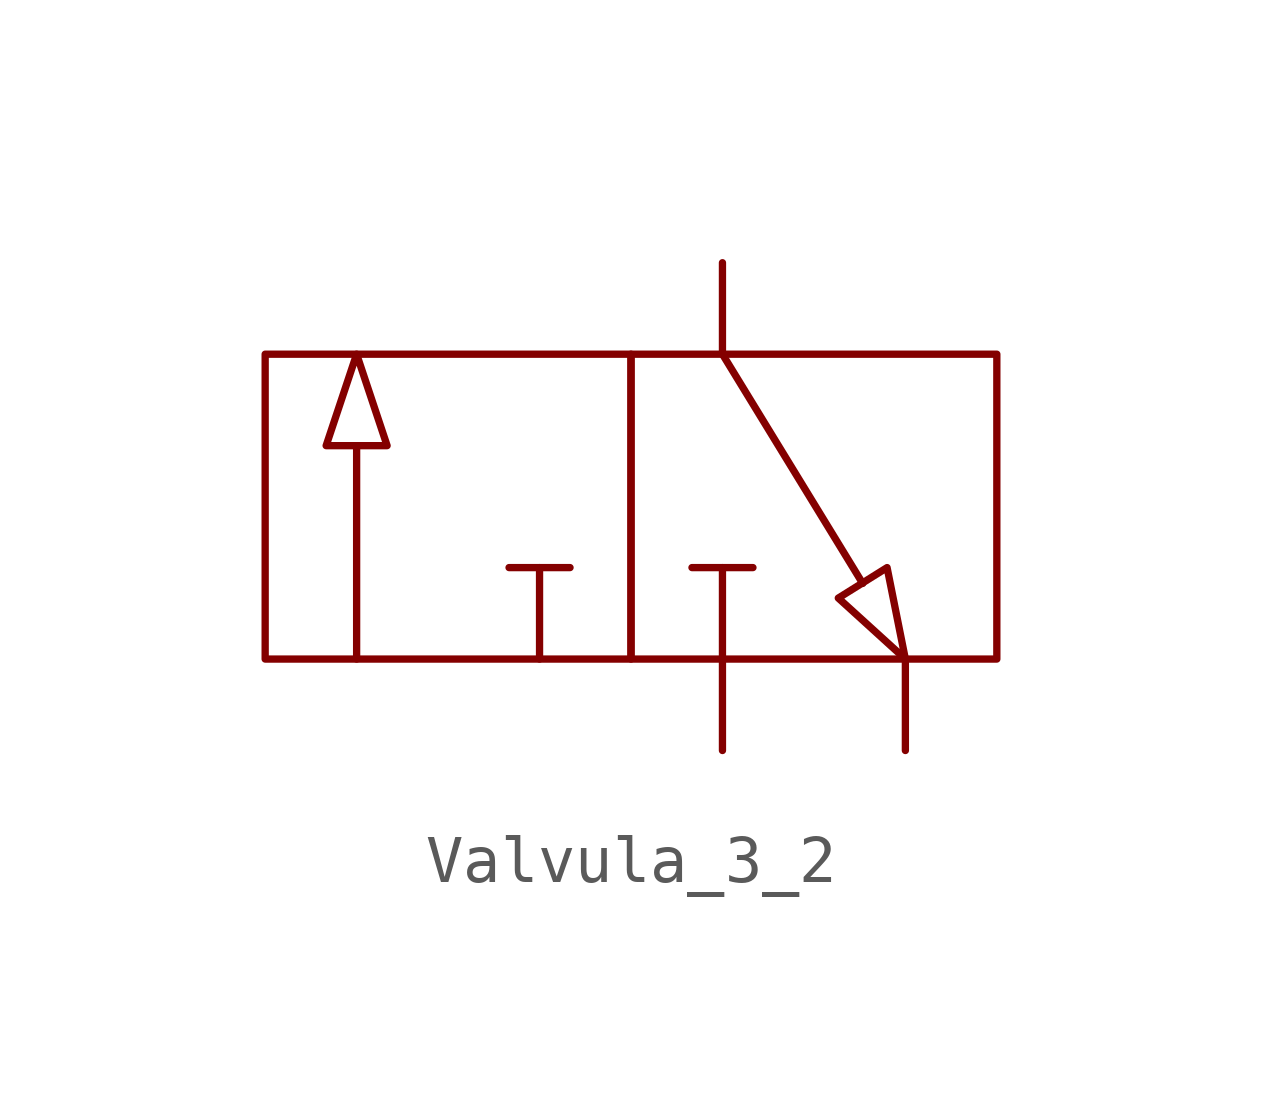
<source format=kicad_sym>
(kicad_symbol_lib
  (version 20211014)
  (generator kicad_symbol_editor)
  (symbol "Valvula_3_2"
    (pin_names
      (offset 1.016))
    (property "Reference" "V"
      (at -1.27 -2.54 0)
      (effects (font (size 2.54 2.54)) (justify left) hide))
    (symbol "Valvula_3_2_0_1"
      (polyline (pts (xy -5.715 4.445) (xy -5.715 0)) (stroke (width 0) (type default) (color 0 0 0 0)) (fill (type none)))
      (polyline (pts (xy -2.54 1.905) (xy -1.27 1.905)) (stroke (width 0) (type default) (color 0 0 0 0)) (fill (type none)))
      (polyline (pts (xy -1.905 1.905) (xy -1.905 0)) (stroke (width 0) (type default) (color 0 0 0 0)) (fill (type none)))
      (polyline (pts (xy 1.905 1.905) (xy 1.905 0)) (stroke (width 0) (type default) (color 0 0 0 0)) (fill (type none)))
      (polyline (pts (xy 2.54 1.905) (xy 1.27 1.905)) (stroke (width 0) (type default) (color 0 0 0 0)) (fill (type none)))
      (polyline (pts (xy 4.826 1.575) (xy 1.905 6.35)) (stroke (width 0) (type default) (color 0 0 0 0)) (fill (type none)))
      (polyline (pts (xy -5.715 6.35) (xy -6.35 4.445) (xy -5.08 4.445) (xy -5.715 6.35)) (stroke (width 0) (type default) (color 0 0 0 0)) (fill (type none)))
      (polyline (pts (xy 5.715 0) (xy 5.334 1.905) (xy 4.318 1.27) (xy 5.715 0)) (stroke (width 0) (type default) (color 0 0 0 0)) (fill (type none)))
      (rectangle (start 0 6.35) (end -7.62 0) (stroke (width 0) (type default) (color 0 0 0 0)) (fill (type none)))
      (rectangle (start 0 6.35) (end 7.62 0) (stroke (width 0) (type default) (color 0 0 0 0)) (fill (type none))))
    (symbol "Valvula_3_2_1_1"
      (pin input line (at 1.905 -1.905 90) (length 1.905) (name "" (effects (font (size 1.27 1.27)))) (number "" (effects (font (size 1.27 1.27)))))
      (pin bidirectional line (at 1.905 8.255 270) (length 1.905) (name "" (effects (font (size 1.27 1.27)))) (number "" (effects (font (size 1.27 1.27)))))
      (pin output line (at 5.715 -1.905 90) (length 1.905) (name "" (effects (font (size 1.27 1.27)))) (number "" (effects (font (size 1.27 1.27))))))))
</source>
